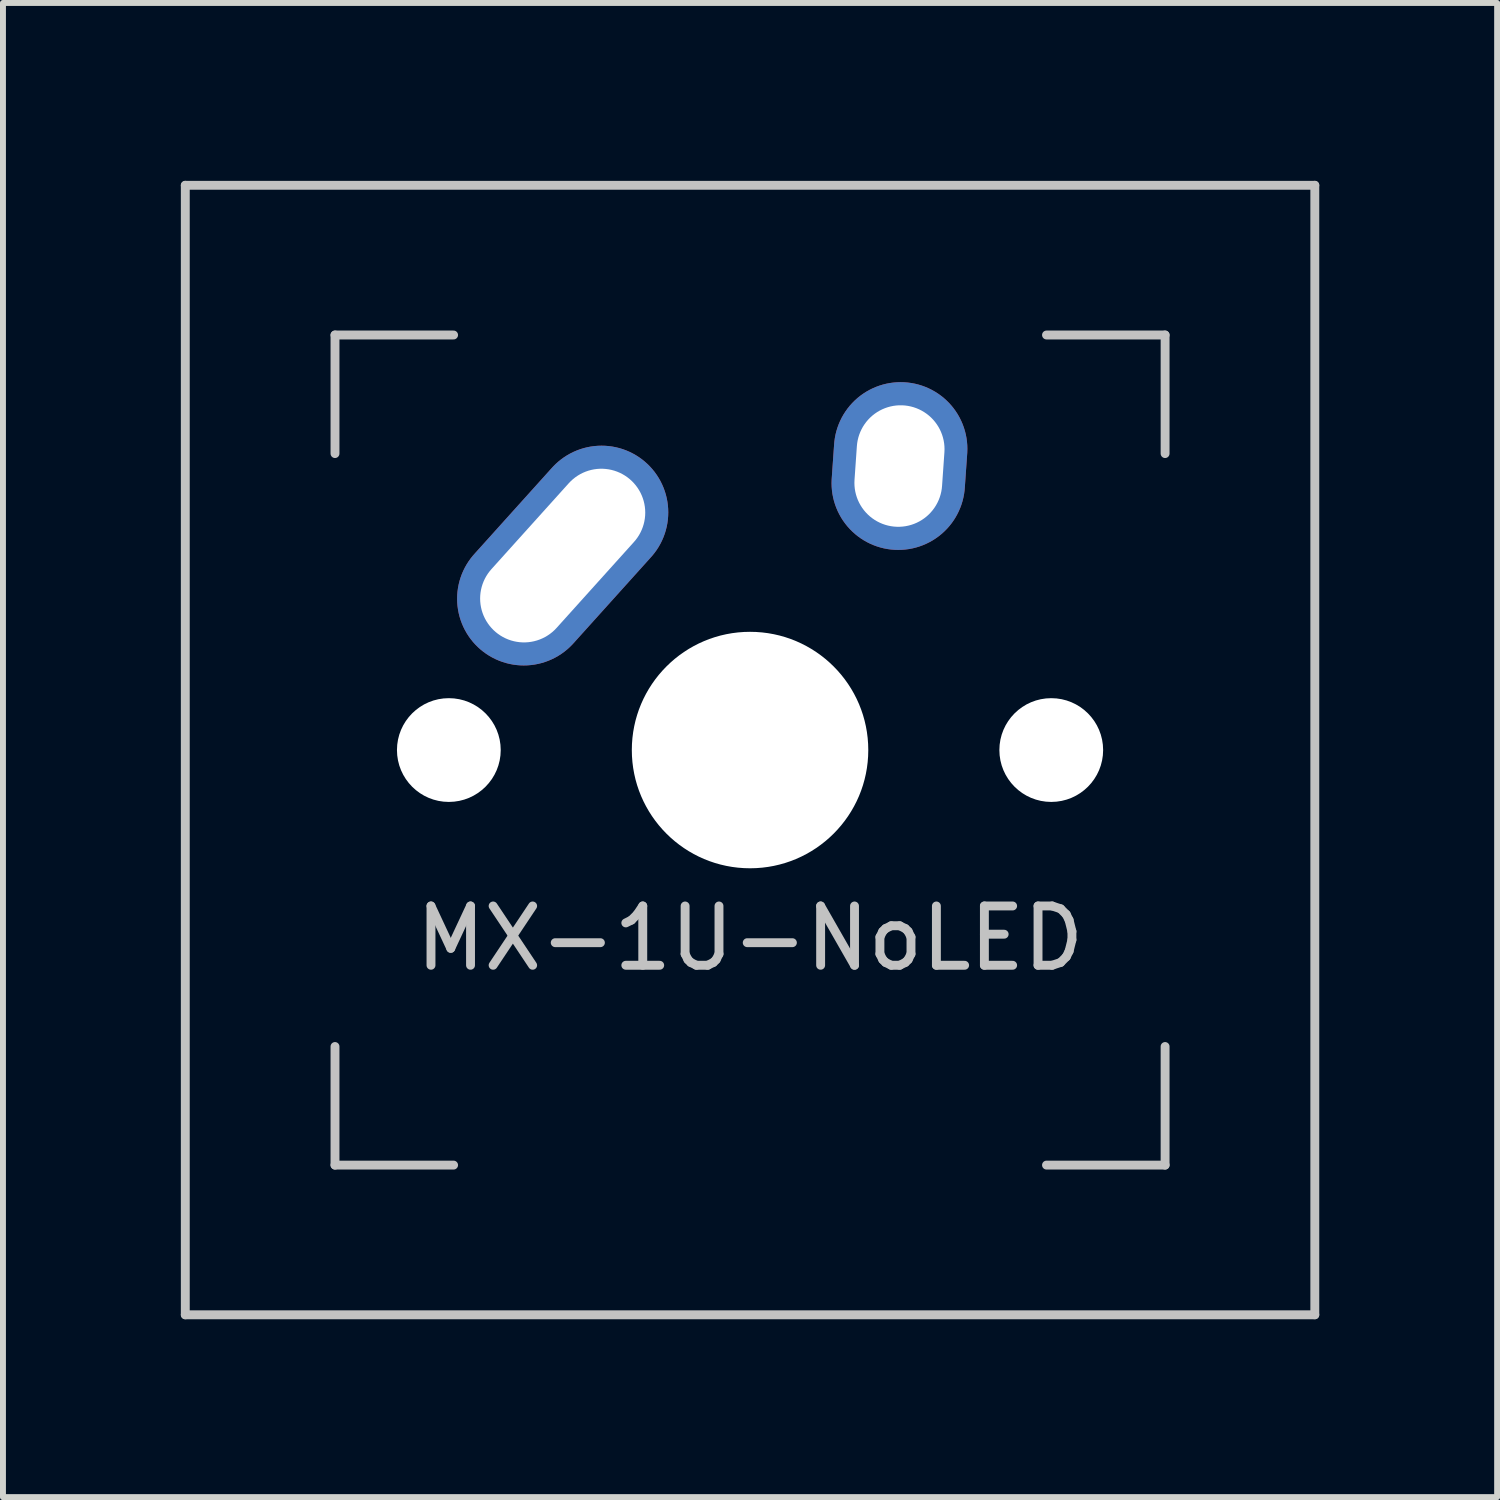
<source format=kicad_pcb>
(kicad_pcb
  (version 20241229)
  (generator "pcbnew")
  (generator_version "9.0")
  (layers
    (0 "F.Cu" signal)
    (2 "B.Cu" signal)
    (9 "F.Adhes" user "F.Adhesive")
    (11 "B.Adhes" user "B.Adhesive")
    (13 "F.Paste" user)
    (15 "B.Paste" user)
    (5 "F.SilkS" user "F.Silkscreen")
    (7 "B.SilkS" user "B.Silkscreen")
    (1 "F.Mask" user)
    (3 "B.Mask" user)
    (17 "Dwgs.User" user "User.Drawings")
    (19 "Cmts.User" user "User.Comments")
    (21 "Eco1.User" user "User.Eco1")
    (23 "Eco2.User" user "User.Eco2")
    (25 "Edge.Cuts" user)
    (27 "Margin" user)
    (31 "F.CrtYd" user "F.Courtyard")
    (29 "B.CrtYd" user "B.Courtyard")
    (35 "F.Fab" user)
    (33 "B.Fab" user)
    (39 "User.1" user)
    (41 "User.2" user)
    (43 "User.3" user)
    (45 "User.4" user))
  (footprint "MX-1U-NoLED"
    (layer "F.Cu")
    (at 9.6 9.6)
    (property "Reference" "MX-1U-NoLED" (at 0 3.175 0) (layer "Dwgs.User") (effects (font (size 1 1) (thickness 0.15))))
    (attr through_hole)
    (fp_line (start -9.525 -9.525) (end 9.525 -9.525) (stroke (width 0.15) (type solid)) (layer "Dwgs.User"))
    (fp_line (start -9.525 9.525) (end -9.525 -9.525) (stroke (width 0.15) (type solid)) (layer "Dwgs.User"))
    (fp_line (start -7 -7) (end -7 -5) (stroke (width 0.15) (type solid)) (layer "Dwgs.User"))
    (fp_line (start -7 5) (end -7 7) (stroke (width 0.15) (type solid)) (layer "Dwgs.User"))
    (fp_line (start -7 7) (end -5 7) (stroke (width 0.15) (type solid)) (layer "Dwgs.User"))
    (fp_line (start -5 -7) (end -7 -7) (stroke (width 0.15) (type solid)) (layer "Dwgs.User"))
    (fp_line (start 5 -7) (end 7 -7) (stroke (width 0.15) (type solid)) (layer "Dwgs.User"))
    (fp_line (start 5 7) (end 7 7) (stroke (width 0.15) (type solid)) (layer "Dwgs.User"))
    (fp_line (start 7 -7) (end 7 -5) (stroke (width 0.15) (type solid)) (layer "Dwgs.User"))
    (fp_line (start 7 7) (end 7 5) (stroke (width 0.15) (type solid)) (layer "Dwgs.User"))
    (fp_line (start 9.525 -9.525) (end 9.525 9.525) (stroke (width 0.15) (type solid)) (layer "Dwgs.User"))
    (fp_line (start 9.525 9.525) (end -9.525 9.525) (stroke (width 0.15) (type solid)) (layer "Dwgs.User"))
    (pad "" np_thru_hole circle (at -5.08 0 48.1) (size 1.75 1.75) (drill 1.75) (layers "*.Cu" "*.Mask"))
    (pad "" np_thru_hole circle (at 0 0) (size 3.988 3.988) (drill 3.988) (layers "*.Cu" "*.Mask"))
    (pad "" np_thru_hole circle (at 5.08 0 48.1) (size 1.75 1.75) (drill 1.75) (layers "*.Cu" "*.Mask"))
    (pad "1" thru_hole oval (at -3.16 -3.28 48) (size 4.21 2.25) (drill oval 3.43 1.48) (layers "*.Cu" "*.Mask"))
    (pad "2" thru_hole oval (at 2.52 -4.79 86) (size 2.831 2.25) (drill oval 2.051 1.48) (layers "*.Cu" "*.Mask")))
  (gr_rect
    (start -3 -3)
    (end 22.2 22.2)
    (stroke (width 0.1) (type default))
    (fill no)
    (layer "Edge.Cuts")))
</source>
